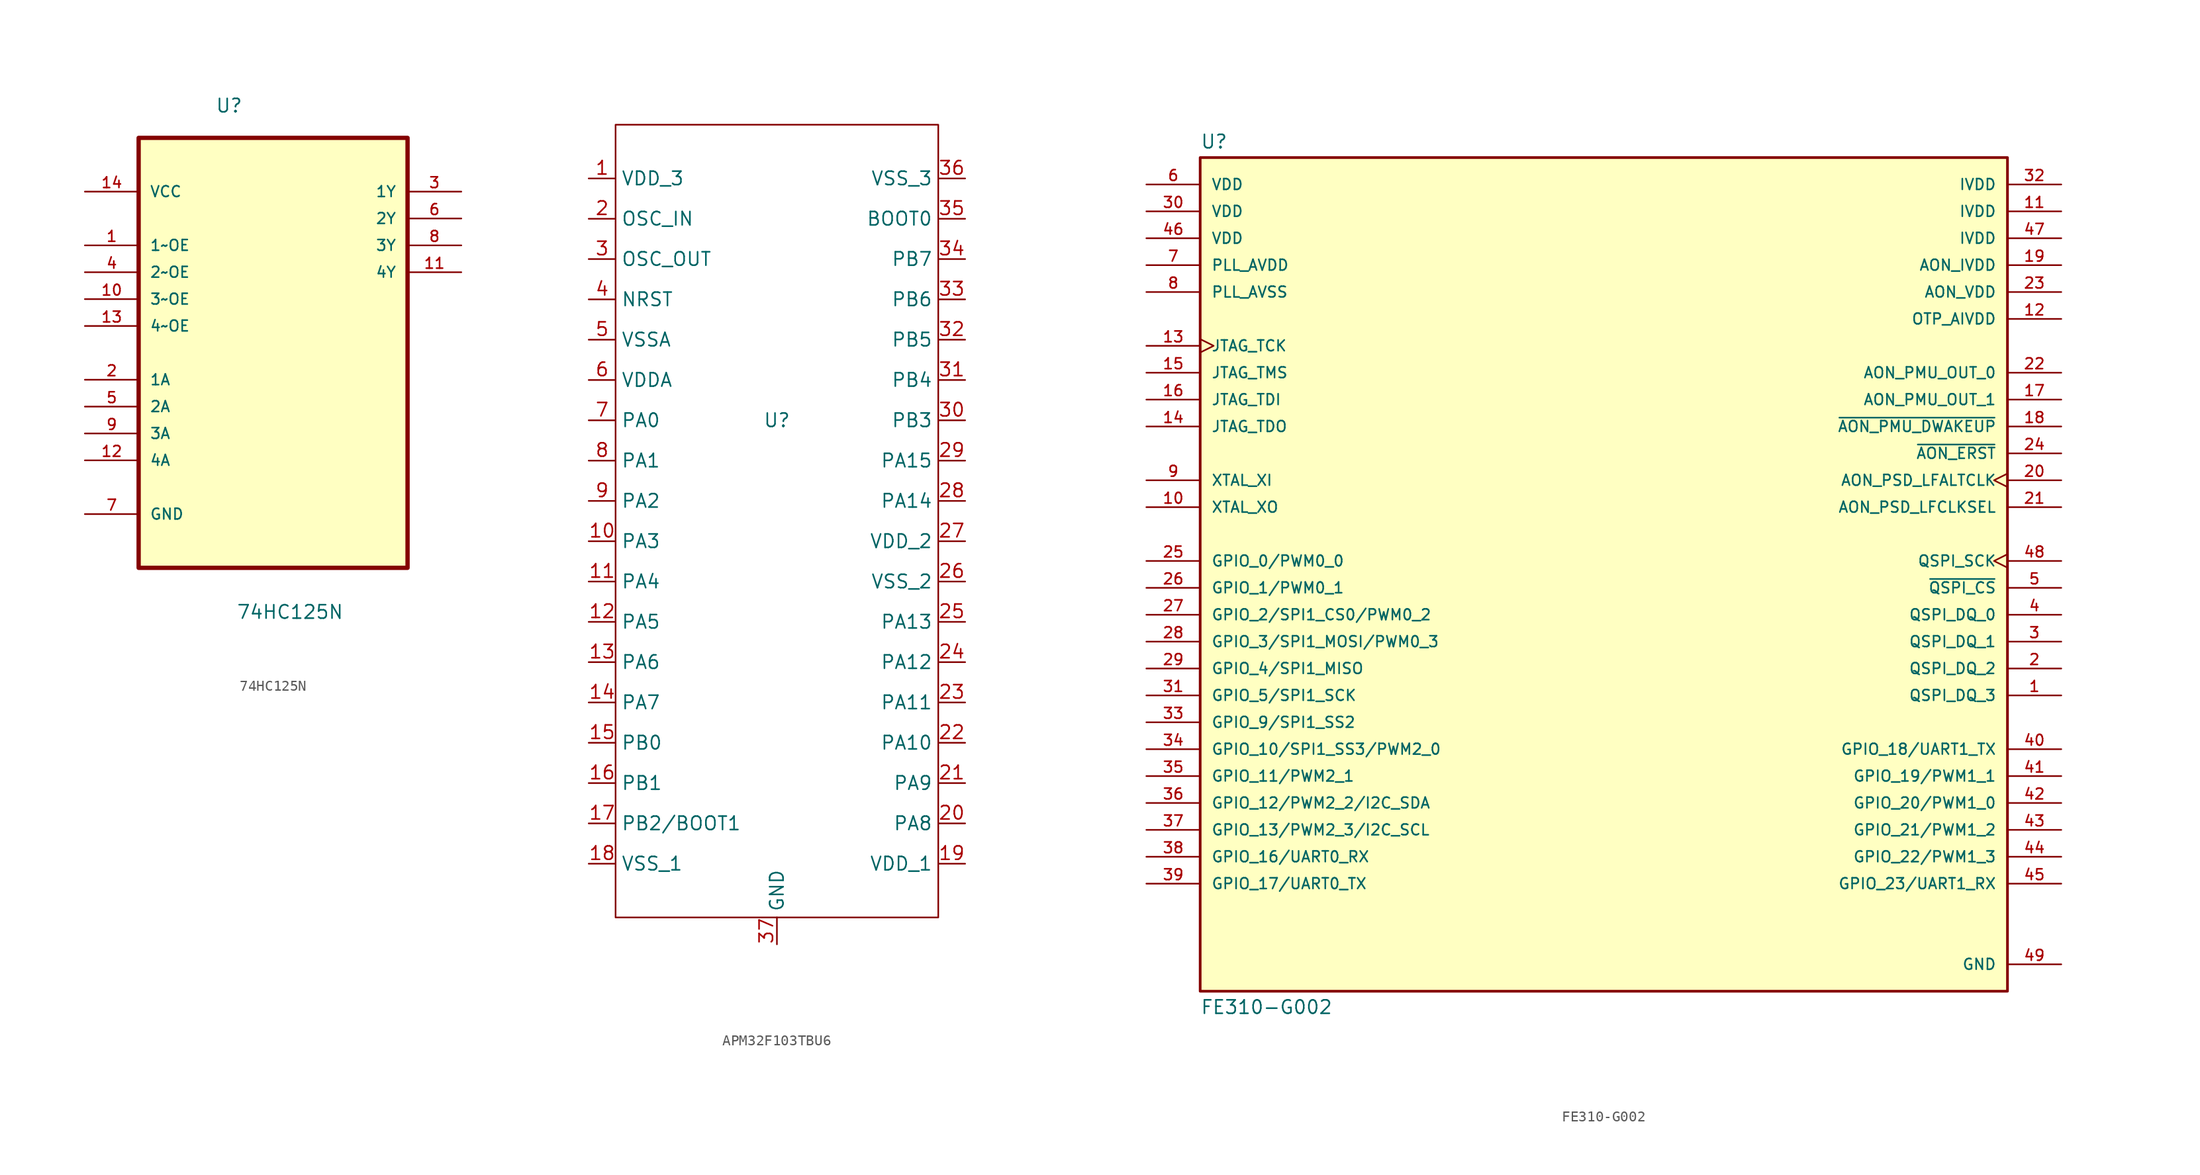
<source format=kicad_sym>
(kicad_symbol_lib
  (version 20231120)
  (generator "kicad_symbol_editor")
  (generator_version "8.0")
  (symbol "74HC125N"
    (pin_names
      (offset 1.016))
    (property "Reference" "U"
      (at -5.465 20.079 0)
      (effects (font (size 1.27 1.27)) (justify left bottom)))
    (property "Value" "74HC125N"
      (at -3.485 -27.778 0)
      (effects (font (size 1.27 1.27)) (justify left bottom)))
    (symbol "74HC125N_0_0"
      (rectangle (start -12.7 17.78) (end 12.7 -22.86) (stroke (width 0.406) (type default)) (fill (type background)))
      (pin input line (at -17.78 7.62 0) (length 5.08) (name "1~OE" (effects (font (size 1.016 1.016)))) (number "1" (effects (font (size 1.016 1.016)))))
      (pin input line (at -17.78 2.54 0) (length 5.08) (name "3~OE" (effects (font (size 1.016 1.016)))) (number "10" (effects (font (size 1.016 1.016)))))
      (pin output line (at 17.78 5.08 180) (length 5.08) (name "4Y" (effects (font (size 1.016 1.016)))) (number "11" (effects (font (size 1.016 1.016)))))
      (pin input line (at -17.78 -12.7 0) (length 5.08) (name "4A" (effects (font (size 1.016 1.016)))) (number "12" (effects (font (size 1.016 1.016)))))
      (pin input line (at -17.78 0 0) (length 5.08) (name "4~OE" (effects (font (size 1.016 1.016)))) (number "13" (effects (font (size 1.016 1.016)))))
      (pin power_in line (at -17.78 12.7 0) (length 5.08) (name "VCC" (effects (font (size 1.016 1.016)))) (number "14" (effects (font (size 1.016 1.016)))))
      (pin input line (at -17.78 -5.08 0) (length 5.08) (name "1A" (effects (font (size 1.016 1.016)))) (number "2" (effects (font (size 1.016 1.016)))))
      (pin output line (at 17.78 12.7 180) (length 5.08) (name "1Y" (effects (font (size 1.016 1.016)))) (number "3" (effects (font (size 1.016 1.016)))))
      (pin input line (at -17.78 5.08 0) (length 5.08) (name "2~OE" (effects (font (size 1.016 1.016)))) (number "4" (effects (font (size 1.016 1.016)))))
      (pin input line (at -17.78 -7.62 0) (length 5.08) (name "2A" (effects (font (size 1.016 1.016)))) (number "5" (effects (font (size 1.016 1.016)))))
      (pin output line (at 17.78 10.16 180) (length 5.08) (name "2Y" (effects (font (size 1.016 1.016)))) (number "6" (effects (font (size 1.016 1.016)))))
      (pin passive line (at -17.78 -17.78 0) (length 5.08) (name "GND" (effects (font (size 1.016 1.016)))) (number "7" (effects (font (size 1.016 1.016)))))
      (pin output line (at 17.78 7.62 180) (length 5.08) (name "3Y" (effects (font (size 1.016 1.016)))) (number "8" (effects (font (size 1.016 1.016)))))
      (pin input line (at -17.78 -10.16 0) (length 5.08) (name "3A" (effects (font (size 1.016 1.016)))) (number "9" (effects (font (size 1.016 1.016)))))))
  (symbol "APM32F103TBU6"
    (property "Reference" "U"
      (at 0 7.62 0)
      (effects (font (size 1.27 1.27))))
    (property "Value" ""
      (at -7.62 11.43 0)
      (effects (font (size 1.27 1.27))))
    (symbol "APM32F103TBU6_0_1"
      (rectangle (start -15.24 35.56) (end 15.24 -39.37) (stroke (width 0) (type default)) (fill (type none))))
    (symbol "APM32F103TBU6_1_1"
      (pin power_in line (at -17.78 30.48 0) (length 2.54) (name "VDD_3" (effects (font (size 1.27 1.27)))) (number "1" (effects (font (size 1.27 1.27)))))
      (pin bidirectional line (at -17.78 -3.81 0) (length 2.54) (name "PA3" (effects (font (size 1.27 1.27)))) (number "10" (effects (font (size 1.27 1.27)))))
      (pin bidirectional line (at -17.78 -7.62 0) (length 2.54) (name "PA4" (effects (font (size 1.27 1.27)))) (number "11" (effects (font (size 1.27 1.27)))))
      (pin bidirectional line (at -17.78 -11.43 0) (length 2.54) (name "PA5" (effects (font (size 1.27 1.27)))) (number "12" (effects (font (size 1.27 1.27)))))
      (pin bidirectional line (at -17.78 -15.24 0) (length 2.54) (name "PA6" (effects (font (size 1.27 1.27)))) (number "13" (effects (font (size 1.27 1.27)))))
      (pin bidirectional line (at -17.78 -19.05 0) (length 2.54) (name "PA7" (effects (font (size 1.27 1.27)))) (number "14" (effects (font (size 1.27 1.27)))))
      (pin bidirectional line (at -17.78 -22.86 0) (length 2.54) (name "PB0" (effects (font (size 1.27 1.27)))) (number "15" (effects (font (size 1.27 1.27)))))
      (pin bidirectional line (at -17.78 -26.67 0) (length 2.54) (name "PB1" (effects (font (size 1.27 1.27)))) (number "16" (effects (font (size 1.27 1.27)))))
      (pin bidirectional line (at -17.78 -30.48 0) (length 2.54) (name "PB2/BOOT1" (effects (font (size 1.27 1.27)))) (number "17" (effects (font (size 1.27 1.27)))))
      (pin power_in line (at -17.78 -34.29 0) (length 2.54) (name "VSS_1" (effects (font (size 1.27 1.27)))) (number "18" (effects (font (size 1.27 1.27)))))
      (pin power_in line (at 17.78 -34.29 180) (length 2.54) (name "VDD_1" (effects (font (size 1.27 1.27)))) (number "19" (effects (font (size 1.27 1.27)))))
      (pin input line (at -17.78 26.67 0) (length 2.54) (name "OSC_IN" (effects (font (size 1.27 1.27)))) (number "2" (effects (font (size 1.27 1.27)))))
      (pin bidirectional line (at 17.78 -30.48 180) (length 2.54) (name "PA8" (effects (font (size 1.27 1.27)))) (number "20" (effects (font (size 1.27 1.27)))))
      (pin bidirectional line (at 17.78 -26.67 180) (length 2.54) (name "PA9" (effects (font (size 1.27 1.27)))) (number "21" (effects (font (size 1.27 1.27)))))
      (pin bidirectional line (at 17.78 -22.86 180) (length 2.54) (name "PA10" (effects (font (size 1.27 1.27)))) (number "22" (effects (font (size 1.27 1.27)))))
      (pin bidirectional line (at 17.78 -19.05 180) (length 2.54) (name "PA11" (effects (font (size 1.27 1.27)))) (number "23" (effects (font (size 1.27 1.27)))))
      (pin bidirectional line (at 17.78 -15.24 180) (length 2.54) (name "PA12" (effects (font (size 1.27 1.27)))) (number "24" (effects (font (size 1.27 1.27)))))
      (pin bidirectional line (at 17.78 -11.43 180) (length 2.54) (name "PA13" (effects (font (size 1.27 1.27)))) (number "25" (effects (font (size 1.27 1.27)))))
      (pin power_in line (at 17.78 -7.62 180) (length 2.54) (name "VSS_2" (effects (font (size 1.27 1.27)))) (number "26" (effects (font (size 1.27 1.27)))))
      (pin power_in line (at 17.78 -3.81 180) (length 2.54) (name "VDD_2" (effects (font (size 1.27 1.27)))) (number "27" (effects (font (size 1.27 1.27)))))
      (pin bidirectional line (at 17.78 0 180) (length 2.54) (name "PA14" (effects (font (size 1.27 1.27)))) (number "28" (effects (font (size 1.27 1.27)))))
      (pin bidirectional line (at 17.78 3.81 180) (length 2.54) (name "PA15" (effects (font (size 1.27 1.27)))) (number "29" (effects (font (size 1.27 1.27)))))
      (pin input line (at -17.78 22.86 0) (length 2.54) (name "OSC_OUT" (effects (font (size 1.27 1.27)))) (number "3" (effects (font (size 1.27 1.27)))))
      (pin bidirectional line (at 17.78 7.62 180) (length 2.54) (name "PB3" (effects (font (size 1.27 1.27)))) (number "30" (effects (font (size 1.27 1.27)))))
      (pin bidirectional line (at 17.78 11.43 180) (length 2.54) (name "PB4" (effects (font (size 1.27 1.27)))) (number "31" (effects (font (size 1.27 1.27)))))
      (pin bidirectional line (at 17.78 15.24 180) (length 2.54) (name "PB5" (effects (font (size 1.27 1.27)))) (number "32" (effects (font (size 1.27 1.27)))))
      (pin bidirectional line (at 17.78 19.05 180) (length 2.54) (name "PB6" (effects (font (size 1.27 1.27)))) (number "33" (effects (font (size 1.27 1.27)))))
      (pin bidirectional line (at 17.78 22.86 180) (length 2.54) (name "PB7" (effects (font (size 1.27 1.27)))) (number "34" (effects (font (size 1.27 1.27)))))
      (pin input line (at 17.78 26.67 180) (length 2.54) (name "BOOT0" (effects (font (size 1.27 1.27)))) (number "35" (effects (font (size 1.27 1.27)))))
      (pin power_in line (at 17.78 30.48 180) (length 2.54) (name "VSS_3" (effects (font (size 1.27 1.27)))) (number "36" (effects (font (size 1.27 1.27)))))
      (pin power_in line (at 0 -41.91 90) (length 2.54) (name "GND" (effects (font (size 1.27 1.27)))) (number "37" (effects (font (size 1.27 1.27)))))
      (pin input line (at -17.78 19.05 0) (length 2.54) (name "NRST" (effects (font (size 1.27 1.27)))) (number "4" (effects (font (size 1.27 1.27)))))
      (pin power_in line (at -17.78 15.24 0) (length 2.54) (name "VSSA" (effects (font (size 1.27 1.27)))) (number "5" (effects (font (size 1.27 1.27)))))
      (pin power_in line (at -17.78 11.43 0) (length 2.54) (name "VDDA" (effects (font (size 1.27 1.27)))) (number "6" (effects (font (size 1.27 1.27)))))
      (pin bidirectional line (at -17.78 7.62 0) (length 2.54) (name "PA0" (effects (font (size 1.27 1.27)))) (number "7" (effects (font (size 1.27 1.27)))))
      (pin bidirectional line (at -17.78 3.81 0) (length 2.54) (name "PA1" (effects (font (size 1.27 1.27)))) (number "8" (effects (font (size 1.27 1.27)))))
      (pin bidirectional line (at -17.78 0 0) (length 2.54) (name "PA2" (effects (font (size 1.27 1.27)))) (number "9" (effects (font (size 1.27 1.27)))))))
  (symbol "FE310-G002"
    (pin_names
      (offset 1.016))
    (property "Reference" "U"
      (at -38.1 38.862 0)
      (effects (font (size 1.27 1.27)) (justify left bottom)))
    (property "Value" "FE310-G002"
      (at -38.1 -41.402 0)
      (effects (font (size 1.27 1.27)) (justify left top)))
    (symbol "FE310-G002_0_0"
      (rectangle (start -38.1 38.1) (end 38.1 -40.64) (stroke (width 0.254) (type default)) (fill (type background)))
      (pin bidirectional line (at 43.18 -12.7 180) (length 5.08) (name "QSPI_DQ_3" (effects (font (size 1.016 1.016)))) (number "1" (effects (font (size 1.016 1.016)))))
      (pin output line (at -43.18 5.08 0) (length 5.08) (name "XTAL_XO" (effects (font (size 1.016 1.016)))) (number "10" (effects (font (size 1.016 1.016)))))
      (pin power_in line (at 43.18 33.02 180) (length 5.08) (name "IVDD" (effects (font (size 1.016 1.016)))) (number "11" (effects (font (size 1.016 1.016)))))
      (pin power_in line (at 43.18 22.86 180) (length 5.08) (name "OTP_AIVDD" (effects (font (size 1.016 1.016)))) (number "12" (effects (font (size 1.016 1.016)))))
      (pin input clock (at -43.18 20.32 0) (length 5.08) (name "JTAG_TCK" (effects (font (size 1.016 1.016)))) (number "13" (effects (font (size 1.016 1.016)))))
      (pin output line (at -43.18 12.7 0) (length 5.08) (name "JTAG_TDO" (effects (font (size 1.016 1.016)))) (number "14" (effects (font (size 1.016 1.016)))))
      (pin input line (at -43.18 17.78 0) (length 5.08) (name "JTAG_TMS" (effects (font (size 1.016 1.016)))) (number "15" (effects (font (size 1.016 1.016)))))
      (pin input line (at -43.18 15.24 0) (length 5.08) (name "JTAG_TDI" (effects (font (size 1.016 1.016)))) (number "16" (effects (font (size 1.016 1.016)))))
      (pin output line (at 43.18 15.24 180) (length 5.08) (name "AON_PMU_OUT_1" (effects (font (size 1.016 1.016)))) (number "17" (effects (font (size 1.016 1.016)))))
      (pin input line (at 43.18 12.7 180) (length 5.08) (name "~{AON_PMU_DWAKEUP}" (effects (font (size 1.016 1.016)))) (number "18" (effects (font (size 1.016 1.016)))))
      (pin power_in line (at 43.18 27.94 180) (length 5.08) (name "AON_IVDD" (effects (font (size 1.016 1.016)))) (number "19" (effects (font (size 1.016 1.016)))))
      (pin bidirectional line (at 43.18 -10.16 180) (length 5.08) (name "QSPI_DQ_2" (effects (font (size 1.016 1.016)))) (number "2" (effects (font (size 1.016 1.016)))))
      (pin input clock (at 43.18 7.62 180) (length 5.08) (name "AON_PSD_LFALTCLK" (effects (font (size 1.016 1.016)))) (number "20" (effects (font (size 1.016 1.016)))))
      (pin input line (at 43.18 5.08 180) (length 5.08) (name "AON_PSD_LFCLKSEL" (effects (font (size 1.016 1.016)))) (number "21" (effects (font (size 1.016 1.016)))))
      (pin output line (at 43.18 17.78 180) (length 5.08) (name "AON_PMU_OUT_0" (effects (font (size 1.016 1.016)))) (number "22" (effects (font (size 1.016 1.016)))))
      (pin input line (at 43.18 10.16 180) (length 5.08) (name "~{AON_ERST}" (effects (font (size 1.016 1.016)))) (number "24" (effects (font (size 1.016 1.016)))))
      (pin bidirectional line (at -43.18 0 0) (length 5.08) (name "GPIO_0/PWM0_0" (effects (font (size 1.016 1.016)))) (number "25" (effects (font (size 1.016 1.016)))))
      (pin bidirectional line (at -43.18 -2.54 0) (length 5.08) (name "GPIO_1/PWM0_1" (effects (font (size 1.016 1.016)))) (number "26" (effects (font (size 1.016 1.016)))))
      (pin bidirectional line (at -43.18 -5.08 0) (length 5.08) (name "GPIO_2/SPI1_CS0/PWM0_2" (effects (font (size 1.016 1.016)))) (number "27" (effects (font (size 1.016 1.016)))))
      (pin bidirectional line (at -43.18 -7.62 0) (length 5.08) (name "GPIO_3/SPI1_MOSI/PWM0_3" (effects (font (size 1.016 1.016)))) (number "28" (effects (font (size 1.016 1.016)))))
      (pin bidirectional line (at -43.18 -10.16 0) (length 5.08) (name "GPIO_4/SPI1_MISO" (effects (font (size 1.016 1.016)))) (number "29" (effects (font (size 1.016 1.016)))))
      (pin bidirectional line (at 43.18 -7.62 180) (length 5.08) (name "QSPI_DQ_1" (effects (font (size 1.016 1.016)))) (number "3" (effects (font (size 1.016 1.016)))))
      (pin power_in line (at -43.18 33.02 0) (length 5.08) (name "VDD" (effects (font (size 1.016 1.016)))) (number "30" (effects (font (size 1.016 1.016)))))
      (pin bidirectional line (at -43.18 -12.7 0) (length 5.08) (name "GPIO_5/SPI1_SCK" (effects (font (size 1.016 1.016)))) (number "31" (effects (font (size 1.016 1.016)))))
      (pin bidirectional line (at -43.18 -15.24 0) (length 5.08) (name "GPIO_9/SPI1_SS2" (effects (font (size 1.016 1.016)))) (number "33" (effects (font (size 1.016 1.016)))))
      (pin bidirectional line (at -43.18 -17.78 0) (length 5.08) (name "GPIO_10/SPI1_SS3/PWM2_0" (effects (font (size 1.016 1.016)))) (number "34" (effects (font (size 1.016 1.016)))))
      (pin bidirectional line (at -43.18 -20.32 0) (length 5.08) (name "GPIO_11/PWM2_1" (effects (font (size 1.016 1.016)))) (number "35" (effects (font (size 1.016 1.016)))))
      (pin bidirectional line (at -43.18 -22.86 0) (length 5.08) (name "GPIO_12/PWM2_2/I2C_SDA" (effects (font (size 1.016 1.016)))) (number "36" (effects (font (size 1.016 1.016)))))
      (pin bidirectional line (at -43.18 -25.4 0) (length 5.08) (name "GPIO_13/PWM2_3/I2C_SCL" (effects (font (size 1.016 1.016)))) (number "37" (effects (font (size 1.016 1.016)))))
      (pin bidirectional line (at -43.18 -27.94 0) (length 5.08) (name "GPIO_16/UART0_RX" (effects (font (size 1.016 1.016)))) (number "38" (effects (font (size 1.016 1.016)))))
      (pin bidirectional line (at -43.18 -30.48 0) (length 5.08) (name "GPIO_17/UART0_TX" (effects (font (size 1.016 1.016)))) (number "39" (effects (font (size 1.016 1.016)))))
      (pin bidirectional line (at 43.18 -5.08 180) (length 5.08) (name "QSPI_DQ_0" (effects (font (size 1.016 1.016)))) (number "4" (effects (font (size 1.016 1.016)))))
      (pin bidirectional line (at 43.18 -17.78 180) (length 5.08) (name "GPIO_18/UART1_TX" (effects (font (size 1.016 1.016)))) (number "40" (effects (font (size 1.016 1.016)))))
      (pin bidirectional line (at 43.18 -20.32 180) (length 5.08) (name "GPIO_19/PWM1_1" (effects (font (size 1.016 1.016)))) (number "41" (effects (font (size 1.016 1.016)))))
      (pin bidirectional line (at 43.18 -22.86 180) (length 5.08) (name "GPIO_20/PWM1_0" (effects (font (size 1.016 1.016)))) (number "42" (effects (font (size 1.016 1.016)))))
      (pin bidirectional line (at 43.18 -25.4 180) (length 5.08) (name "GPIO_21/PWM1_2" (effects (font (size 1.016 1.016)))) (number "43" (effects (font (size 1.016 1.016)))))
      (pin bidirectional line (at 43.18 -27.94 180) (length 5.08) (name "GPIO_22/PWM1_3" (effects (font (size 1.016 1.016)))) (number "44" (effects (font (size 1.016 1.016)))))
      (pin bidirectional line (at 43.18 -30.48 180) (length 5.08) (name "GPIO_23/UART1_RX" (effects (font (size 1.016 1.016)))) (number "45" (effects (font (size 1.016 1.016)))))
      (pin power_in line (at -43.18 30.48 0) (length 5.08) (name "VDD" (effects (font (size 1.016 1.016)))) (number "46" (effects (font (size 1.016 1.016)))))
      (pin power_in line (at 43.18 30.48 180) (length 5.08) (name "IVDD" (effects (font (size 1.016 1.016)))) (number "47" (effects (font (size 1.016 1.016)))))
      (pin output clock (at 43.18 0 180) (length 5.08) (name "QSPI_SCK" (effects (font (size 1.016 1.016)))) (number "48" (effects (font (size 1.016 1.016)))))
      (pin power_in line (at 43.18 -38.1 180) (length 5.08) (name "GND" (effects (font (size 1.016 1.016)))) (number "49" (effects (font (size 1.016 1.016)))))
      (pin bidirectional line (at 43.18 -2.54 180) (length 5.08) (name "~{QSPI_CS}" (effects (font (size 1.016 1.016)))) (number "5" (effects (font (size 1.016 1.016)))))
      (pin power_in line (at -43.18 35.56 0) (length 5.08) (name "VDD" (effects (font (size 1.016 1.016)))) (number "6" (effects (font (size 1.016 1.016)))))
      (pin power_in line (at -43.18 27.94 0) (length 5.08) (name "PLL_AVDD" (effects (font (size 1.016 1.016)))) (number "7" (effects (font (size 1.016 1.016)))))
      (pin power_in line (at -43.18 25.4 0) (length 5.08) (name "PLL_AVSS" (effects (font (size 1.016 1.016)))) (number "8" (effects (font (size 1.016 1.016)))))
      (pin input line (at -43.18 7.62 0) (length 5.08) (name "XTAL_XI" (effects (font (size 1.016 1.016)))) (number "9" (effects (font (size 1.016 1.016))))))
    (symbol "FE310-G002_1_0"
      (pin power_in line (at 43.18 25.4 180) (length 5.08) (name "AON_VDD" (effects (font (size 1.016 1.016)))) (number "23" (effects (font (size 1.016 1.016)))))
      (pin power_in line (at 43.18 35.56 180) (length 5.08) (name "IVDD" (effects (font (size 1.016 1.016)))) (number "32" (effects (font (size 1.016 1.016))))))))
</source>
